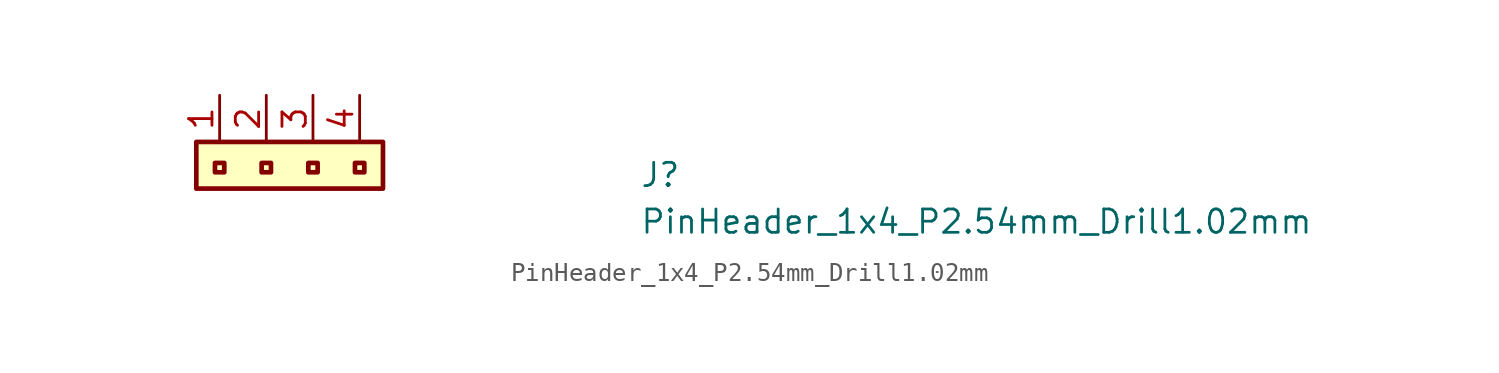
<source format=kicad_sym>
(kicad_symbol_lib
  (version 20211014)
  (generator kicad_symbol_editor)
  (symbol "PinHeader_1x4_P2.54mm_Drill1.02mm"
    (property "Reference" "J"
      (at 22.86 -5.08 0)
      (effects (font (size 1.27 1.27) (thickness 0.15)) (justify left bottom)))
    (property "Value" "PinHeader_1x4_P2.54mm_Drill1.02mm"
      (at 22.86 -7.62 0)
      (effects (font (size 1.27 1.27) (thickness 0.15)) (justify left bottom)))
    (symbol "PinHeader_1x4_P2.54mm_Drill1.02mm_1_1"
      (rectangle (start -1.27 -2.54) (end 8.89 -5.08) (stroke (width 0.254) (type default) (color 0 0 0 0)) (fill (type background)))
      (rectangle (start -0.254 -3.683) (end 0.254 -4.191) (stroke (width 0.254) (type default) (color 0 0 0 0)) (fill (type background)))
      (rectangle (start 2.286 -3.683) (end 2.794 -4.191) (stroke (width 0.254) (type default) (color 0 0 0 0)) (fill (type background)))
      (rectangle (start 4.826 -3.683) (end 5.334 -4.191) (stroke (width 0.254) (type default) (color 0 0 0 0)) (fill (type background)))
      (rectangle (start 7.366 -3.683) (end 7.874 -4.191) (stroke (width 0.254) (type default) (color 0 0 0 0)) (fill (type background)))
      (pin passive line (at 0 0 270) (length 2.54) (name "~" (effects (font (size 1.27 1.27)))) (number "1" (effects (font (size 1.27 1.27)))))
      (pin passive line (at 2.54 0 270) (length 2.54) (name "~" (effects (font (size 1.27 1.27)))) (number "2" (effects (font (size 1.27 1.27)))))
      (pin passive line (at 5.08 0 270) (length 2.54) (name "~" (effects (font (size 1.27 1.27)))) (number "3" (effects (font (size 1.27 1.27)))))
      (pin passive line (at 7.62 0 270) (length 2.54) (name "~" (effects (font (size 1.27 1.27)))) (number "4" (effects (font (size 1.27 1.27))))))))
</source>
